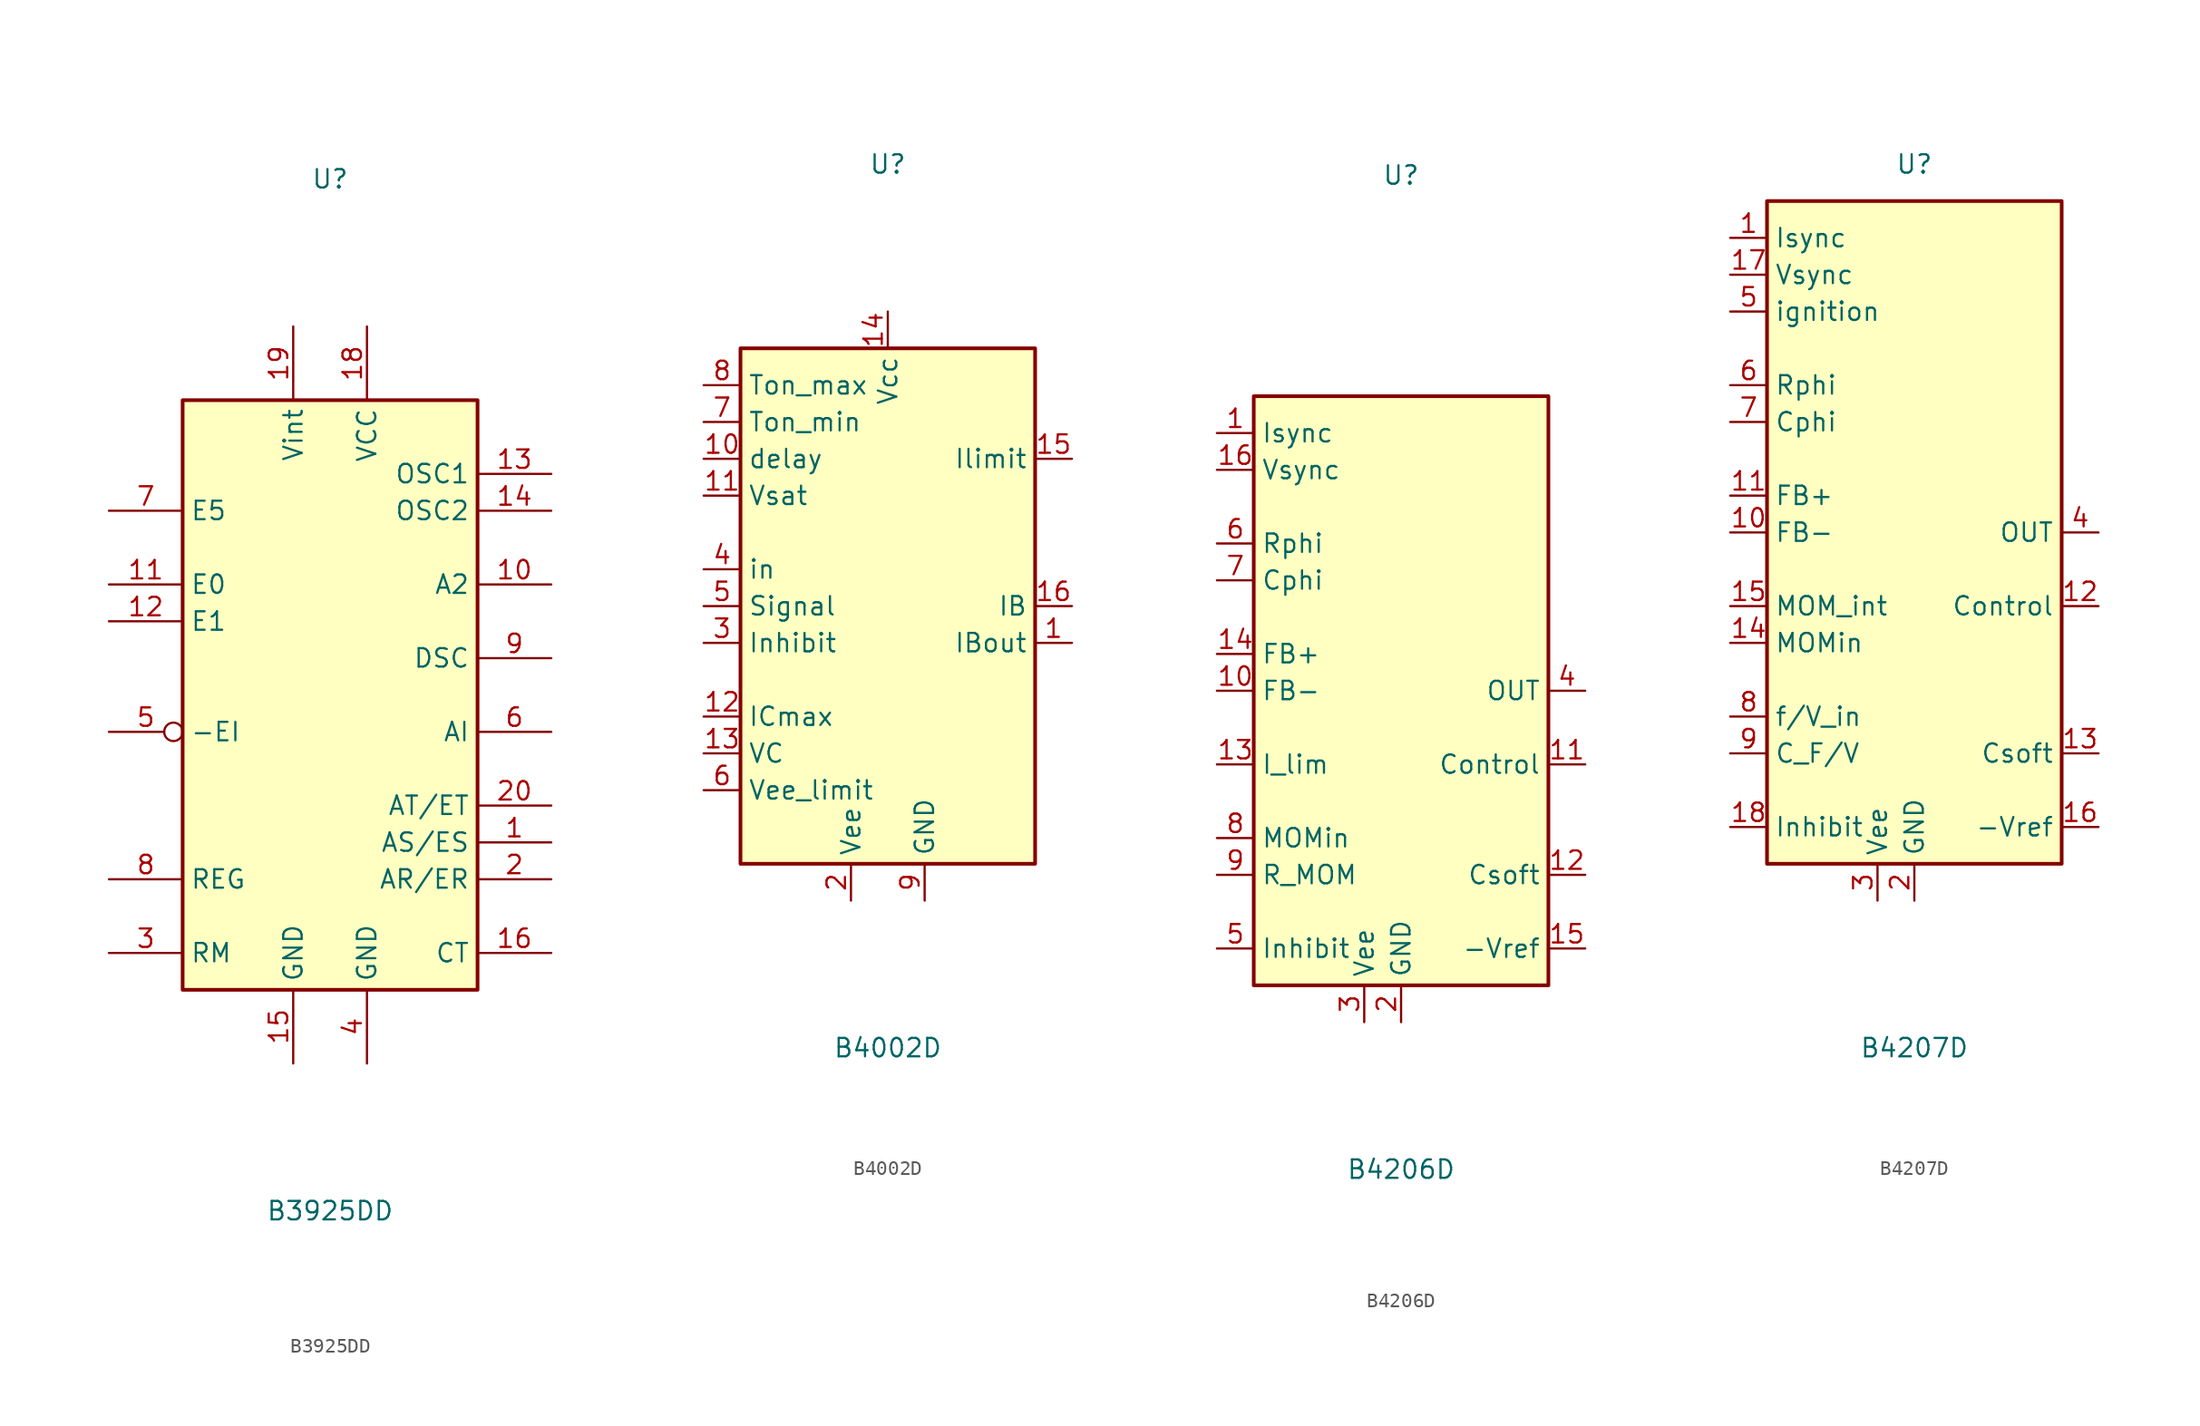
<source format=kicad_sym>
(kicad_symbol_lib
  (version 20211014)
  (generator kicad_symbol_editor)
  (symbol "B3925DD"
    (property "Reference" "U"
      (at 0 35.56 0)
      (effects (font (size 1.27 1.27))))
    (property "Value" "B3925DD"
      (at 0 -35.56 0)
      (effects (font (size 1.27 1.27))))
    (symbol "B3925DD_0_0"
      (pin bidirectional line (at 15.24 -10.16 180) (length 5.08) (name "AS/ES" (effects (font (size 1.27 1.27)))) (number "1" (effects (font (size 1.27 1.27)))))
      (pin unspecified line (at 15.24 7.62 180) (length 5.08) (name "A2" (effects (font (size 1.27 1.27)))) (number "10" (effects (font (size 1.27 1.27)))))
      (pin input line (at -15.24 7.62 0) (length 5.08) (name "E0" (effects (font (size 1.27 1.27)))) (number "11" (effects (font (size 1.27 1.27)))))
      (pin input line (at -15.24 5.08 0) (length 5.08) (name "E1" (effects (font (size 1.27 1.27)))) (number "12" (effects (font (size 1.27 1.27)))))
      (pin passive line (at 15.24 15.24 180) (length 5.08) (name "OSC1" (effects (font (size 1.27 1.27)))) (number "13" (effects (font (size 1.27 1.27)))))
      (pin passive line (at 15.24 12.7 180) (length 5.08) (name "OSC2" (effects (font (size 1.27 1.27)))) (number "14" (effects (font (size 1.27 1.27)))))
      (pin power_in line (at -2.54 -25.4 90) (length 5.08) (name "GND" (effects (font (size 1.27 1.27)))) (number "15" (effects (font (size 1.27 1.27)))))
      (pin passive line (at 15.24 -17.78 180) (length 5.08) (name "CT" (effects (font (size 1.27 1.27)))) (number "16" (effects (font (size 1.27 1.27)))))
      (pin no_connect line (at -10.16 -7.62 0) (length 5.08) hide (name "~" (effects (font (size 1.27 1.27)))) (number "17" (effects (font (size 1.27 1.27)))))
      (pin power_in line (at 2.54 25.4 270) (length 5.08) (name "VCC" (effects (font (size 1.27 1.27)))) (number "18" (effects (font (size 1.27 1.27)))))
      (pin power_in line (at -2.54 25.4 270) (length 5.08) (name "Vint" (effects (font (size 1.27 1.27)))) (number "19" (effects (font (size 1.27 1.27)))))
      (pin bidirectional line (at 15.24 -12.7 180) (length 5.08) (name "AR/ER" (effects (font (size 1.27 1.27)))) (number "2" (effects (font (size 1.27 1.27)))))
      (pin bidirectional line (at 15.24 -7.62 180) (length 5.08) (name "AT/ET" (effects (font (size 1.27 1.27)))) (number "20" (effects (font (size 1.27 1.27)))))
      (pin passive line (at -15.24 -17.78 0) (length 5.08) (name "RM" (effects (font (size 1.27 1.27)))) (number "3" (effects (font (size 1.27 1.27)))))
      (pin power_in line (at 2.54 -25.4 90) (length 5.08) (name "GND" (effects (font (size 1.27 1.27)))) (number "4" (effects (font (size 1.27 1.27)))))
      (pin input inverted (at -15.24 -2.54 0) (length 5.08) (name "-EI" (effects (font (size 1.27 1.27)))) (number "5" (effects (font (size 1.27 1.27)))))
      (pin output line (at 15.24 -2.54 180) (length 5.08) (name "AI" (effects (font (size 1.27 1.27)))) (number "6" (effects (font (size 1.27 1.27)))))
      (pin input line (at -15.24 12.7 0) (length 5.08) (name "E5" (effects (font (size 1.27 1.27)))) (number "7" (effects (font (size 1.27 1.27)))))
      (pin passive line (at -15.24 -12.7 0) (length 5.08) (name "REG" (effects (font (size 1.27 1.27)))) (number "8" (effects (font (size 1.27 1.27)))))
      (pin output line (at 15.24 2.54 180) (length 5.08) (name "DSC" (effects (font (size 1.27 1.27)))) (number "9" (effects (font (size 1.27 1.27))))))
    (symbol "B3925DD_0_1"
      (rectangle (start -10.16 20.32) (end 10.16 -20.32) (stroke (width 0.254) (type default) (color 0 0 0 0)) (fill (type background)))))
  (symbol "B4002D"
    (property "Reference" "U"
      (at 0 30.48 0)
      (effects (font (size 1.27 1.27))))
    (property "Value" "B4002D"
      (at 0 -30.48 0)
      (effects (font (size 1.27 1.27))))
    (symbol "B4002D_0_0"
      (pin output line (at 12.7 -2.54 180) (length 2.54) (name "IBout" (effects (font (size 1.27 1.27)))) (number "1" (effects (font (size 1.27 1.27)))))
      (pin input line (at -12.7 10.16 0) (length 2.54) (name "delay" (effects (font (size 1.27 1.27)))) (number "10" (effects (font (size 1.27 1.27)))))
      (pin input line (at -12.7 7.62 0) (length 2.54) (name "Vsat" (effects (font (size 1.27 1.27)))) (number "11" (effects (font (size 1.27 1.27)))))
      (pin input line (at -12.7 -7.62 0) (length 2.54) (name "ICmax" (effects (font (size 1.27 1.27)))) (number "12" (effects (font (size 1.27 1.27)))))
      (pin input line (at -12.7 -10.16 0) (length 2.54) (name "VC" (effects (font (size 1.27 1.27)))) (number "13" (effects (font (size 1.27 1.27)))))
      (pin power_in line (at 0 20.32 270) (length 2.54) (name "Vcc" (effects (font (size 1.27 1.27)))) (number "14" (effects (font (size 1.27 1.27)))))
      (pin passive line (at 12.7 10.16 180) (length 2.54) (name "Ilimit" (effects (font (size 1.27 1.27)))) (number "15" (effects (font (size 1.27 1.27)))))
      (pin output line (at 12.7 0 180) (length 2.54) (name "IB" (effects (font (size 1.27 1.27)))) (number "16" (effects (font (size 1.27 1.27)))))
      (pin power_in line (at -2.54 -20.32 90) (length 2.54) (name "Vee" (effects (font (size 1.27 1.27)))) (number "2" (effects (font (size 1.27 1.27)))))
      (pin input line (at -12.7 -2.54 0) (length 2.54) (name "Inhibit" (effects (font (size 1.27 1.27)))) (number "3" (effects (font (size 1.27 1.27)))))
      (pin input line (at -12.7 2.54 0) (length 2.54) (name "in" (effects (font (size 1.27 1.27)))) (number "4" (effects (font (size 1.27 1.27)))))
      (pin input line (at -12.7 0 0) (length 2.54) (name "Signal" (effects (font (size 1.27 1.27)))) (number "5" (effects (font (size 1.27 1.27)))))
      (pin input line (at -12.7 -12.7 0) (length 2.54) (name "Vee_limit" (effects (font (size 1.27 1.27)))) (number "6" (effects (font (size 1.27 1.27)))))
      (pin input line (at -12.7 12.7 0) (length 2.54) (name "Ton_min" (effects (font (size 1.27 1.27)))) (number "7" (effects (font (size 1.27 1.27)))))
      (pin input line (at -12.7 15.24 0) (length 2.54) (name "Ton_max" (effects (font (size 1.27 1.27)))) (number "8" (effects (font (size 1.27 1.27)))))
      (pin power_in line (at 2.54 -20.32 90) (length 2.54) (name "GND" (effects (font (size 1.27 1.27)))) (number "9" (effects (font (size 1.27 1.27))))))
    (symbol "B4002D_0_1"
      (rectangle (start -10.16 17.78) (end 10.16 -17.78) (stroke (width 0.254) (type default) (color 0 0 0 0)) (fill (type background)))))
  (symbol "B4206D"
    (property "Reference" "U"
      (at 0 35.56 0)
      (effects (font (size 1.27 1.27))))
    (property "Value" "B4206D"
      (at 0 -33.02 0)
      (effects (font (size 1.27 1.27))))
    (symbol "B4206D_0_0"
      (pin input line (at -12.7 17.78 0) (length 2.54) (name "Isync" (effects (font (size 1.27 1.27)))) (number "1" (effects (font (size 1.27 1.27)))))
      (pin input line (at -12.7 0 0) (length 2.54) (name "FB-" (effects (font (size 1.27 1.27)))) (number "10" (effects (font (size 1.27 1.27)))))
      (pin output line (at 12.7 -5.08 180) (length 2.54) (name "Control" (effects (font (size 1.27 1.27)))) (number "11" (effects (font (size 1.27 1.27)))))
      (pin passive line (at 12.7 -12.7 180) (length 2.54) (name "Csoft" (effects (font (size 1.27 1.27)))) (number "12" (effects (font (size 1.27 1.27)))))
      (pin input line (at -12.7 -5.08 0) (length 2.54) (name "I_lim" (effects (font (size 1.27 1.27)))) (number "13" (effects (font (size 1.27 1.27)))))
      (pin bidirectional line (at -12.7 2.54 0) (length 2.54) (name "FB+" (effects (font (size 1.27 1.27)))) (number "14" (effects (font (size 1.27 1.27)))))
      (pin output line (at 12.7 -17.78 180) (length 2.54) (name "-Vref" (effects (font (size 1.27 1.27)))) (number "15" (effects (font (size 1.27 1.27)))))
      (pin input line (at -12.7 15.24 0) (length 2.54) (name "Vsync" (effects (font (size 1.27 1.27)))) (number "16" (effects (font (size 1.27 1.27)))))
      (pin power_in line (at 0 -22.86 90) (length 2.54) (name "GND" (effects (font (size 1.27 1.27)))) (number "2" (effects (font (size 1.27 1.27)))))
      (pin power_in line (at -2.54 -22.86 90) (length 2.54) (name "Vee" (effects (font (size 1.27 1.27)))) (number "3" (effects (font (size 1.27 1.27)))))
      (pin output line (at 12.7 0 180) (length 2.54) (name "OUT" (effects (font (size 1.27 1.27)))) (number "4" (effects (font (size 1.27 1.27)))))
      (pin input line (at -12.7 -17.78 0) (length 2.54) (name "Inhibit" (effects (font (size 1.27 1.27)))) (number "5" (effects (font (size 1.27 1.27)))))
      (pin passive line (at -12.7 10.16 0) (length 2.54) (name "Rphi" (effects (font (size 1.27 1.27)))) (number "6" (effects (font (size 1.27 1.27)))))
      (pin passive line (at -12.7 7.62 0) (length 2.54) (name "Cphi" (effects (font (size 1.27 1.27)))) (number "7" (effects (font (size 1.27 1.27)))))
      (pin input line (at -12.7 -10.16 0) (length 2.54) (name "MOMin" (effects (font (size 1.27 1.27)))) (number "8" (effects (font (size 1.27 1.27)))))
      (pin passive line (at -12.7 -12.7 0) (length 2.54) (name "R_MOM" (effects (font (size 1.27 1.27)))) (number "9" (effects (font (size 1.27 1.27))))))
    (symbol "B4206D_0_1"
      (rectangle (start -10.16 20.32) (end 10.16 -20.32) (stroke (width 0.254) (type default) (color 0 0 0 0)) (fill (type background)))))
  (symbol "B4207D"
    (property "Reference" "U"
      (at 0 25.4 0)
      (effects (font (size 1.27 1.27))))
    (property "Value" "B4207D"
      (at 0 -35.56 0)
      (effects (font (size 1.27 1.27))))
    (symbol "B4207D_0_0"
      (pin input line (at -12.7 20.32 0) (length 2.54) (name "Isync" (effects (font (size 1.27 1.27)))) (number "1" (effects (font (size 1.27 1.27)))))
      (pin bidirectional line (at -12.7 0 0) (length 2.54) (name "FB-" (effects (font (size 1.27 1.27)))) (number "10" (effects (font (size 1.27 1.27)))))
      (pin input line (at -12.7 2.54 0) (length 2.54) (name "FB+" (effects (font (size 1.27 1.27)))) (number "11" (effects (font (size 1.27 1.27)))))
      (pin output line (at 12.7 -5.08 180) (length 2.54) (name "Control" (effects (font (size 1.27 1.27)))) (number "12" (effects (font (size 1.27 1.27)))))
      (pin passive line (at 12.7 -15.24 180) (length 2.54) (name "Csoft" (effects (font (size 1.27 1.27)))) (number "13" (effects (font (size 1.27 1.27)))))
      (pin input line (at -12.7 -7.62 0) (length 2.54) (name "MOMin" (effects (font (size 1.27 1.27)))) (number "14" (effects (font (size 1.27 1.27)))))
      (pin bidirectional line (at -12.7 -5.08 0) (length 2.54) (name "MOM_int" (effects (font (size 1.27 1.27)))) (number "15" (effects (font (size 1.27 1.27)))))
      (pin output line (at 12.7 -20.32 180) (length 2.54) (name "-Vref" (effects (font (size 1.27 1.27)))) (number "16" (effects (font (size 1.27 1.27)))))
      (pin input line (at -12.7 17.78 0) (length 2.54) (name "Vsync" (effects (font (size 1.27 1.27)))) (number "17" (effects (font (size 1.27 1.27)))))
      (pin input line (at -12.7 -20.32 0) (length 2.54) (name "Inhibit" (effects (font (size 1.27 1.27)))) (number "18" (effects (font (size 1.27 1.27)))))
      (pin power_in line (at 0 -25.4 90) (length 2.54) (name "GND" (effects (font (size 1.27 1.27)))) (number "2" (effects (font (size 1.27 1.27)))))
      (pin power_in line (at -2.54 -25.4 90) (length 2.54) (name "Vee" (effects (font (size 1.27 1.27)))) (number "3" (effects (font (size 1.27 1.27)))))
      (pin output line (at 12.7 0 180) (length 2.54) (name "OUT" (effects (font (size 1.27 1.27)))) (number "4" (effects (font (size 1.27 1.27)))))
      (pin input line (at -12.7 15.24 0) (length 2.54) (name "ignition" (effects (font (size 1.27 1.27)))) (number "5" (effects (font (size 1.27 1.27)))))
      (pin passive line (at -12.7 10.16 0) (length 2.54) (name "Rphi" (effects (font (size 1.27 1.27)))) (number "6" (effects (font (size 1.27 1.27)))))
      (pin passive line (at -12.7 7.62 0) (length 2.54) (name "Cphi" (effects (font (size 1.27 1.27)))) (number "7" (effects (font (size 1.27 1.27)))))
      (pin input line (at -12.7 -12.7 0) (length 2.54) (name "f/V_in" (effects (font (size 1.27 1.27)))) (number "8" (effects (font (size 1.27 1.27)))))
      (pin passive line (at -12.7 -15.24 0) (length 2.54) (name "C_F/V" (effects (font (size 1.27 1.27)))) (number "9" (effects (font (size 1.27 1.27))))))
    (symbol "B4207D_0_1"
      (rectangle (start -10.16 22.86) (end 10.16 -22.86) (stroke (width 0.254) (type default) (color 0 0 0 0)) (fill (type background))))))
</source>
